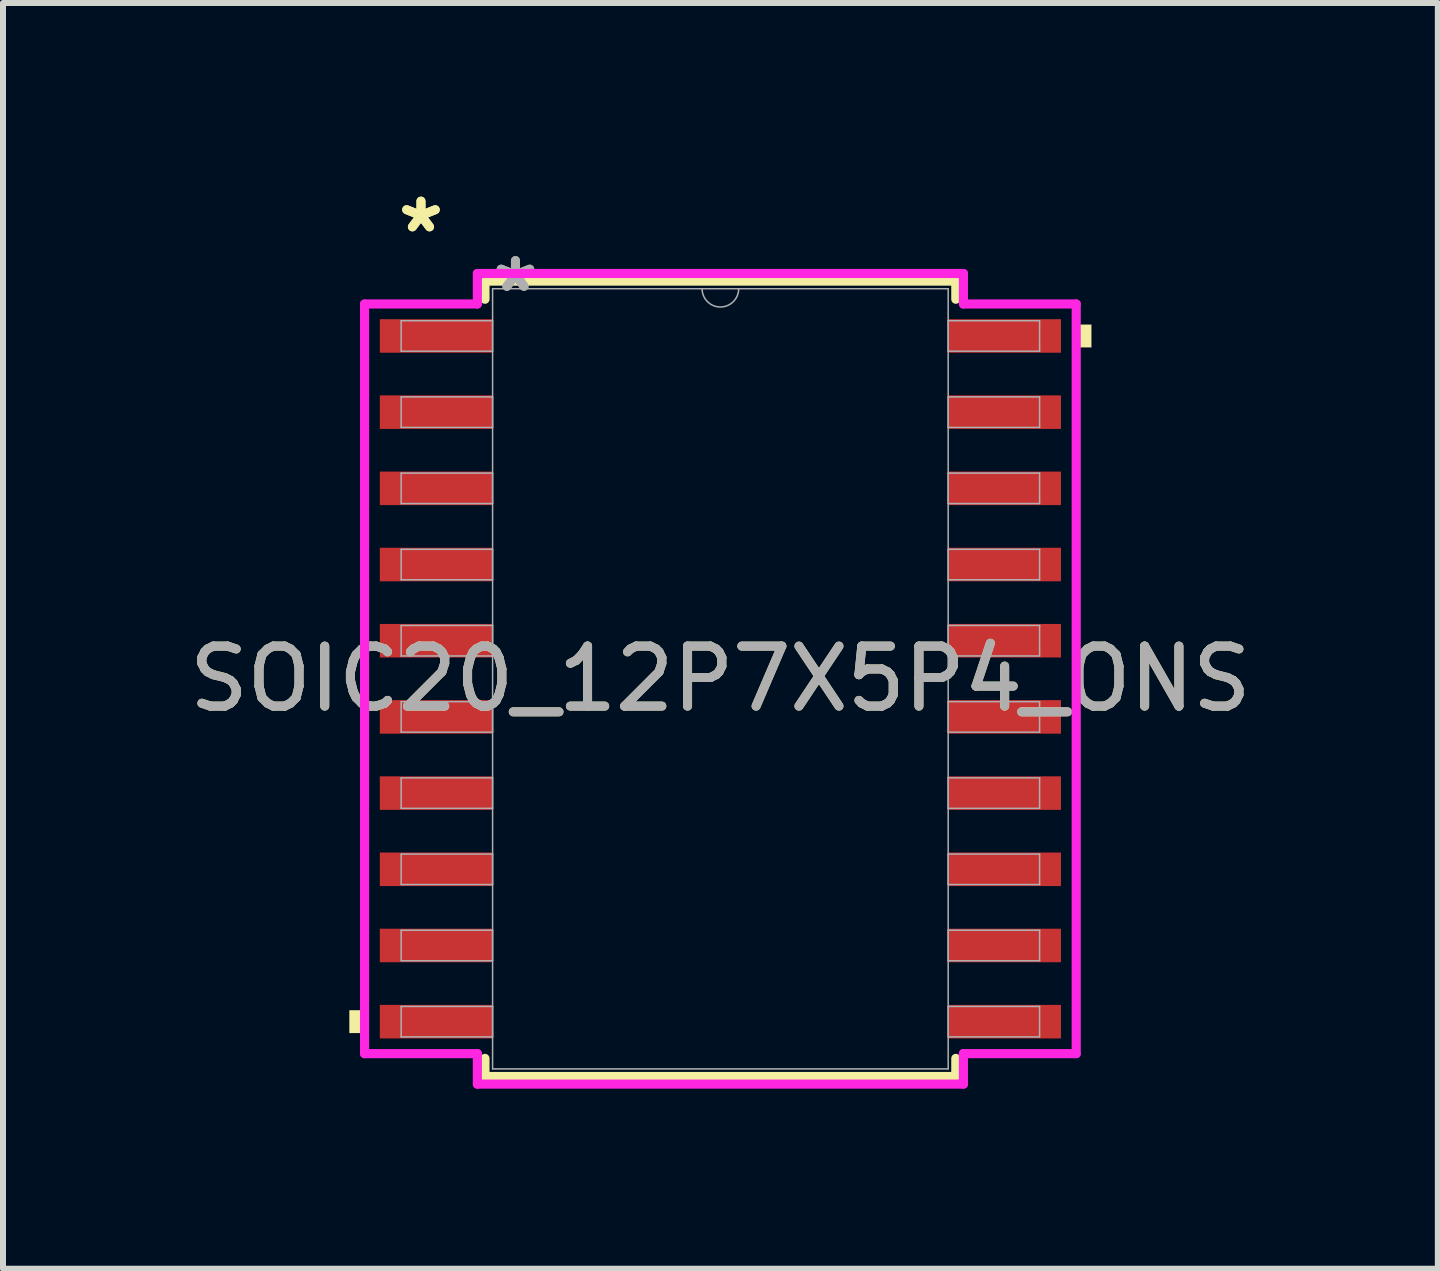
<source format=kicad_pcb>
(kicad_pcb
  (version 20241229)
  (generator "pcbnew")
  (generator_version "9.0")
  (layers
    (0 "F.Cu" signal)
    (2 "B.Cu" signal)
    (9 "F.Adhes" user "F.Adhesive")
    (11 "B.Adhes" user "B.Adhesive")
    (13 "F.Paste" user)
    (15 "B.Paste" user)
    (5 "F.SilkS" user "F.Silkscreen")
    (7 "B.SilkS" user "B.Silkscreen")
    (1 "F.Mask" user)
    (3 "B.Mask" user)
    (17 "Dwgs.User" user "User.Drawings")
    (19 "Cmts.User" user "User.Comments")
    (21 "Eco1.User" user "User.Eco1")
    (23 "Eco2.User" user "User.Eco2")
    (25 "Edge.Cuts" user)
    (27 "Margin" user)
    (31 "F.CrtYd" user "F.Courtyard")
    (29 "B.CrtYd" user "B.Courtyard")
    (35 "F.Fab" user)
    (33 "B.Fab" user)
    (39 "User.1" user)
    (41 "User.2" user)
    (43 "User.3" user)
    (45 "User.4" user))
  (footprint "SOIC20_12P7X5P4_ONS"
    (layer "F.Cu")
    (at 8.958 8.265)
    (property "Reference" "SOIC20_12P7X5P4_ONS" (at 0 0 0) (unlocked yes) (layer "F.SilkS") (effects (font (size 1 1) (thickness 0.15))))
    (attr smd)
    (fp_line (start -3.924 -6.629) (end -3.924 -6.327) (stroke (width 0.152) (type solid)) (layer "F.SilkS"))
    (fp_line (start -3.924 6.327) (end -3.924 6.629) (stroke (width 0.152) (type solid)) (layer "F.SilkS"))
    (fp_line (start -3.924 6.629) (end 3.924 6.629) (stroke (width 0.152) (type solid)) (layer "F.SilkS"))
    (fp_line (start 3.924 -6.629) (end -3.924 -6.629) (stroke (width 0.152) (type solid)) (layer "F.SilkS"))
    (fp_line (start 3.924 -6.327) (end 3.924 -6.629) (stroke (width 0.152) (type solid)) (layer "F.SilkS"))
    (fp_line (start 3.924 6.629) (end 3.924 6.327) (stroke (width 0.152) (type solid)) (layer "F.SilkS"))
    (fp_poly (pts (xy -6.185 5.524) (xy -6.185 5.905) (xy -5.931 5.905) (xy -5.931 5.524)) (stroke (width 0) (type solid)) (fill yes) (layer "F.SilkS"))
    (fp_poly (pts (xy 6.185 -5.905) (xy 6.185 -5.524) (xy 5.931 -5.524) (xy 5.931 -5.905)) (stroke (width 0) (type solid)) (fill yes) (layer "F.SilkS"))
    (fp_line (start -5.931 -6.248) (end -4.051 -6.248) (stroke (width 0.152) (type solid)) (layer "F.CrtYd"))
    (fp_line (start -5.931 6.248) (end -5.931 -6.248) (stroke (width 0.152) (type solid)) (layer "F.CrtYd"))
    (fp_line (start -5.931 6.248) (end -4.051 6.248) (stroke (width 0.152) (type solid)) (layer "F.CrtYd"))
    (fp_line (start -4.051 -6.756) (end 4.051 -6.756) (stroke (width 0.152) (type solid)) (layer "F.CrtYd"))
    (fp_line (start -4.051 -6.248) (end -4.051 -6.756) (stroke (width 0.152) (type solid)) (layer "F.CrtYd"))
    (fp_line (start -4.051 6.756) (end -4.051 6.248) (stroke (width 0.152) (type solid)) (layer "F.CrtYd"))
    (fp_line (start 4.051 -6.756) (end 4.051 -6.248) (stroke (width 0.152) (type solid)) (layer "F.CrtYd"))
    (fp_line (start 4.051 6.248) (end 4.051 6.756) (stroke (width 0.152) (type solid)) (layer "F.CrtYd"))
    (fp_line (start 4.051 6.756) (end -4.051 6.756) (stroke (width 0.152) (type solid)) (layer "F.CrtYd"))
    (fp_line (start 5.931 -6.248) (end 4.051 -6.248) (stroke (width 0.152) (type solid)) (layer "F.CrtYd"))
    (fp_line (start 5.931 -6.248) (end 5.931 6.248) (stroke (width 0.152) (type solid)) (layer "F.CrtYd"))
    (fp_line (start 5.931 6.248) (end 4.051 6.248) (stroke (width 0.152) (type solid)) (layer "F.CrtYd"))
    (fp_line (start -5.321 -5.969) (end -5.321 -5.461) (stroke (width 0.025) (type solid)) (layer "F.Fab"))
    (fp_line (start -5.321 -5.461) (end -3.797 -5.461) (stroke (width 0.025) (type solid)) (layer "F.Fab"))
    (fp_line (start -5.321 -4.699) (end -5.321 -4.191) (stroke (width 0.025) (type solid)) (layer "F.Fab"))
    (fp_line (start -5.321 -4.191) (end -3.797 -4.191) (stroke (width 0.025) (type solid)) (layer "F.Fab"))
    (fp_line (start -5.321 -3.429) (end -5.321 -2.921) (stroke (width 0.025) (type solid)) (layer "F.Fab"))
    (fp_line (start -5.321 -2.921) (end -3.797 -2.921) (stroke (width 0.025) (type solid)) (layer "F.Fab"))
    (fp_line (start -5.321 -2.159) (end -5.321 -1.651) (stroke (width 0.025) (type solid)) (layer "F.Fab"))
    (fp_line (start -5.321 -1.651) (end -3.797 -1.651) (stroke (width 0.025) (type solid)) (layer "F.Fab"))
    (fp_line (start -5.321 -0.889) (end -5.321 -0.381) (stroke (width 0.025) (type solid)) (layer "F.Fab"))
    (fp_line (start -5.321 -0.381) (end -3.797 -0.381) (stroke (width 0.025) (type solid)) (layer "F.Fab"))
    (fp_line (start -5.321 0.381) (end -5.321 0.889) (stroke (width 0.025) (type solid)) (layer "F.Fab"))
    (fp_line (start -5.321 0.889) (end -3.797 0.889) (stroke (width 0.025) (type solid)) (layer "F.Fab"))
    (fp_line (start -5.321 1.651) (end -5.321 2.159) (stroke (width 0.025) (type solid)) (layer "F.Fab"))
    (fp_line (start -5.321 2.159) (end -3.797 2.159) (stroke (width 0.025) (type solid)) (layer "F.Fab"))
    (fp_line (start -5.321 2.921) (end -5.321 3.429) (stroke (width 0.025) (type solid)) (layer "F.Fab"))
    (fp_line (start -5.321 3.429) (end -3.797 3.429) (stroke (width 0.025) (type solid)) (layer "F.Fab"))
    (fp_line (start -5.321 4.191) (end -5.321 4.699) (stroke (width 0.025) (type solid)) (layer "F.Fab"))
    (fp_line (start -5.321 4.699) (end -3.797 4.699) (stroke (width 0.025) (type solid)) (layer "F.Fab"))
    (fp_line (start -5.321 5.461) (end -5.321 5.969) (stroke (width 0.025) (type solid)) (layer "F.Fab"))
    (fp_line (start -5.321 5.969) (end -3.797 5.969) (stroke (width 0.025) (type solid)) (layer "F.Fab"))
    (fp_line (start -3.797 -6.502) (end -3.797 6.502) (stroke (width 0.025) (type solid)) (layer "F.Fab"))
    (fp_line (start -3.797 -5.969) (end -5.321 -5.969) (stroke (width 0.025) (type solid)) (layer "F.Fab"))
    (fp_line (start -3.797 -5.461) (end -3.797 -5.969) (stroke (width 0.025) (type solid)) (layer "F.Fab"))
    (fp_line (start -3.797 -4.699) (end -5.321 -4.699) (stroke (width 0.025) (type solid)) (layer "F.Fab"))
    (fp_line (start -3.797 -4.191) (end -3.797 -4.699) (stroke (width 0.025) (type solid)) (layer "F.Fab"))
    (fp_line (start -3.797 -3.429) (end -5.321 -3.429) (stroke (width 0.025) (type solid)) (layer "F.Fab"))
    (fp_line (start -3.797 -2.921) (end -3.797 -3.429) (stroke (width 0.025) (type solid)) (layer "F.Fab"))
    (fp_line (start -3.797 -2.159) (end -5.321 -2.159) (stroke (width 0.025) (type solid)) (layer "F.Fab"))
    (fp_line (start -3.797 -1.651) (end -3.797 -2.159) (stroke (width 0.025) (type solid)) (layer "F.Fab"))
    (fp_line (start -3.797 -0.889) (end -5.321 -0.889) (stroke (width 0.025) (type solid)) (layer "F.Fab"))
    (fp_line (start -3.797 -0.381) (end -3.797 -0.889) (stroke (width 0.025) (type solid)) (layer "F.Fab"))
    (fp_line (start -3.797 0.381) (end -5.321 0.381) (stroke (width 0.025) (type solid)) (layer "F.Fab"))
    (fp_line (start -3.797 0.889) (end -3.797 0.381) (stroke (width 0.025) (type solid)) (layer "F.Fab"))
    (fp_line (start -3.797 1.651) (end -5.321 1.651) (stroke (width 0.025) (type solid)) (layer "F.Fab"))
    (fp_line (start -3.797 2.159) (end -3.797 1.651) (stroke (width 0.025) (type solid)) (layer "F.Fab"))
    (fp_line (start -3.797 2.921) (end -5.321 2.921) (stroke (width 0.025) (type solid)) (layer "F.Fab"))
    (fp_line (start -3.797 3.429) (end -3.797 2.921) (stroke (width 0.025) (type solid)) (layer "F.Fab"))
    (fp_line (start -3.797 4.191) (end -5.321 4.191) (stroke (width 0.025) (type solid)) (layer "F.Fab"))
    (fp_line (start -3.797 4.699) (end -3.797 4.191) (stroke (width 0.025) (type solid)) (layer "F.Fab"))
    (fp_line (start -3.797 5.461) (end -5.321 5.461) (stroke (width 0.025) (type solid)) (layer "F.Fab"))
    (fp_line (start -3.797 5.969) (end -3.797 5.461) (stroke (width 0.025) (type solid)) (layer "F.Fab"))
    (fp_line (start -3.797 6.502) (end 3.797 6.502) (stroke (width 0.025) (type solid)) (layer "F.Fab"))
    (fp_line (start 3.797 -6.502) (end -3.797 -6.502) (stroke (width 0.025) (type solid)) (layer "F.Fab"))
    (fp_line (start 3.797 -5.969) (end 3.797 -5.461) (stroke (width 0.025) (type solid)) (layer "F.Fab"))
    (fp_line (start 3.797 -5.461) (end 5.321 -5.461) (stroke (width 0.025) (type solid)) (layer "F.Fab"))
    (fp_line (start 3.797 -4.699) (end 3.797 -4.191) (stroke (width 0.025) (type solid)) (layer "F.Fab"))
    (fp_line (start 3.797 -4.191) (end 5.321 -4.191) (stroke (width 0.025) (type solid)) (layer "F.Fab"))
    (fp_line (start 3.797 -3.429) (end 3.797 -2.921) (stroke (width 0.025) (type solid)) (layer "F.Fab"))
    (fp_line (start 3.797 -2.921) (end 5.321 -2.921) (stroke (width 0.025) (type solid)) (layer "F.Fab"))
    (fp_line (start 3.797 -2.159) (end 3.797 -1.651) (stroke (width 0.025) (type solid)) (layer "F.Fab"))
    (fp_line (start 3.797 -1.651) (end 5.321 -1.651) (stroke (width 0.025) (type solid)) (layer "F.Fab"))
    (fp_line (start 3.797 -0.889) (end 3.797 -0.381) (stroke (width 0.025) (type solid)) (layer "F.Fab"))
    (fp_line (start 3.797 -0.381) (end 5.321 -0.381) (stroke (width 0.025) (type solid)) (layer "F.Fab"))
    (fp_line (start 3.797 0.381) (end 3.797 0.889) (stroke (width 0.025) (type solid)) (layer "F.Fab"))
    (fp_line (start 3.797 0.889) (end 5.321 0.889) (stroke (width 0.025) (type solid)) (layer "F.Fab"))
    (fp_line (start 3.797 1.651) (end 3.797 2.159) (stroke (width 0.025) (type solid)) (layer "F.Fab"))
    (fp_line (start 3.797 2.159) (end 5.321 2.159) (stroke (width 0.025) (type solid)) (layer "F.Fab"))
    (fp_line (start 3.797 2.921) (end 3.797 3.429) (stroke (width 0.025) (type solid)) (layer "F.Fab"))
    (fp_line (start 3.797 3.429) (end 5.321 3.429) (stroke (width 0.025) (type solid)) (layer "F.Fab"))
    (fp_line (start 3.797 4.191) (end 3.797 4.699) (stroke (width 0.025) (type solid)) (layer "F.Fab"))
    (fp_line (start 3.797 4.699) (end 5.321 4.699) (stroke (width 0.025) (type solid)) (layer "F.Fab"))
    (fp_line (start 3.797 5.461) (end 3.797 5.969) (stroke (width 0.025) (type solid)) (layer "F.Fab"))
    (fp_line (start 3.797 5.969) (end 5.321 5.969) (stroke (width 0.025) (type solid)) (layer "F.Fab"))
    (fp_line (start 3.797 6.502) (end 3.797 -6.502) (stroke (width 0.025) (type solid)) (layer "F.Fab"))
    (fp_line (start 5.321 -5.969) (end 3.797 -5.969) (stroke (width 0.025) (type solid)) (layer "F.Fab"))
    (fp_line (start 5.321 -5.461) (end 5.321 -5.969) (stroke (width 0.025) (type solid)) (layer "F.Fab"))
    (fp_line (start 5.321 -4.699) (end 3.797 -4.699) (stroke (width 0.025) (type solid)) (layer "F.Fab"))
    (fp_line (start 5.321 -4.191) (end 5.321 -4.699) (stroke (width 0.025) (type solid)) (layer "F.Fab"))
    (fp_line (start 5.321 -3.429) (end 3.797 -3.429) (stroke (width 0.025) (type solid)) (layer "F.Fab"))
    (fp_line (start 5.321 -2.921) (end 5.321 -3.429) (stroke (width 0.025) (type solid)) (layer "F.Fab"))
    (fp_line (start 5.321 -2.159) (end 3.797 -2.159) (stroke (width 0.025) (type solid)) (layer "F.Fab"))
    (fp_line (start 5.321 -1.651) (end 5.321 -2.159) (stroke (width 0.025) (type solid)) (layer "F.Fab"))
    (fp_line (start 5.321 -0.889) (end 3.797 -0.889) (stroke (width 0.025) (type solid)) (layer "F.Fab"))
    (fp_line (start 5.321 -0.381) (end 5.321 -0.889) (stroke (width 0.025) (type solid)) (layer "F.Fab"))
    (fp_line (start 5.321 0.381) (end 3.797 0.381) (stroke (width 0.025) (type solid)) (layer "F.Fab"))
    (fp_line (start 5.321 0.889) (end 5.321 0.381) (stroke (width 0.025) (type solid)) (layer "F.Fab"))
    (fp_line (start 5.321 1.651) (end 3.797 1.651) (stroke (width 0.025) (type solid)) (layer "F.Fab"))
    (fp_line (start 5.321 2.159) (end 5.321 1.651) (stroke (width 0.025) (type solid)) (layer "F.Fab"))
    (fp_line (start 5.321 2.921) (end 3.797 2.921) (stroke (width 0.025) (type solid)) (layer "F.Fab"))
    (fp_line (start 5.321 3.429) (end 5.321 2.921) (stroke (width 0.025) (type solid)) (layer "F.Fab"))
    (fp_line (start 5.321 4.191) (end 3.797 4.191) (stroke (width 0.025) (type solid)) (layer "F.Fab"))
    (fp_line (start 5.321 4.699) (end 5.321 4.191) (stroke (width 0.025) (type solid)) (layer "F.Fab"))
    (fp_line (start 5.321 5.461) (end 3.797 5.461) (stroke (width 0.025) (type solid)) (layer "F.Fab"))
    (fp_line (start 5.321 5.969) (end 5.321 5.461) (stroke (width 0.025) (type solid)) (layer "F.Fab"))
    (fp_arc (start 0.3048 -6.5024) (mid 0 -6.1976) (end -0.3048 -6.5024) (stroke (width 0.0254) (type solid)) (layer "F.Fab"))
    (fp_text user "*" (at -4.991 -7.417 0) (unlocked yes) (layer "F.SilkS") (effects (font (size 1 1) (thickness 0.15))))
    (fp_text user "*" (at -4.991 -7.417 0) (layer "F.SilkS") (effects (font (size 1 1) (thickness 0.15))))
    (fp_text user "*" (at -3.416 -6.426 0) (unlocked yes) (layer "F.Fab") (effects (font (size 1 1) (thickness 0.15))))
    (fp_text user "${REFERENCE}" (at 0 0 0) (unlocked yes) (layer "F.Fab") (effects (font (size 1 1) (thickness 0.15))))
    (fp_text user "*" (at -3.416 -6.426 0) (layer "F.Fab") (effects (font (size 1 1) (thickness 0.15))))
    (pad "1" smd rect (at -4.737 -5.715) (size 1.88 0.559) (layers "F.Cu" "F.Mask" "F.Paste"))
    (pad "2" smd rect (at -4.737 -4.445) (size 1.88 0.559) (layers "F.Cu" "F.Mask" "F.Paste"))
    (pad "3" smd rect (at -4.737 -3.175) (size 1.88 0.559) (layers "F.Cu" "F.Mask" "F.Paste"))
    (pad "4" smd rect (at -4.737 -1.905) (size 1.88 0.559) (layers "F.Cu" "F.Mask" "F.Paste"))
    (pad "5" smd rect (at -4.737 -0.635) (size 1.88 0.559) (layers "F.Cu" "F.Mask" "F.Paste"))
    (pad "6" smd rect (at -4.737 0.635) (size 1.88 0.559) (layers "F.Cu" "F.Mask" "F.Paste"))
    (pad "7" smd rect (at -4.737 1.905) (size 1.88 0.559) (layers "F.Cu" "F.Mask" "F.Paste"))
    (pad "8" smd rect (at -4.737 3.175) (size 1.88 0.559) (layers "F.Cu" "F.Mask" "F.Paste"))
    (pad "9" smd rect (at -4.737 4.445) (size 1.88 0.559) (layers "F.Cu" "F.Mask" "F.Paste"))
    (pad "10" smd rect (at -4.737 5.715) (size 1.88 0.559) (layers "F.Cu" "F.Mask" "F.Paste"))
    (pad "11" smd rect (at 4.737 5.715) (size 1.88 0.559) (layers "F.Cu" "F.Mask" "F.Paste"))
    (pad "12" smd rect (at 4.737 4.445) (size 1.88 0.559) (layers "F.Cu" "F.Mask" "F.Paste"))
    (pad "13" smd rect (at 4.737 3.175) (size 1.88 0.559) (layers "F.Cu" "F.Mask" "F.Paste"))
    (pad "14" smd rect (at 4.737 1.905) (size 1.88 0.559) (layers "F.Cu" "F.Mask" "F.Paste"))
    (pad "15" smd rect (at 4.737 0.635) (size 1.88 0.559) (layers "F.Cu" "F.Mask" "F.Paste"))
    (pad "16" smd rect (at 4.737 -0.635) (size 1.88 0.559) (layers "F.Cu" "F.Mask" "F.Paste"))
    (pad "17" smd rect (at 4.737 -1.905) (size 1.88 0.559) (layers "F.Cu" "F.Mask" "F.Paste"))
    (pad "18" smd rect (at 4.737 -3.175) (size 1.88 0.559) (layers "F.Cu" "F.Mask" "F.Paste"))
    (pad "19" smd rect (at 4.737 -4.445) (size 1.88 0.559) (layers "F.Cu" "F.Mask" "F.Paste"))
    (pad "20" smd rect (at 4.737 -5.715) (size 1.88 0.559) (layers "F.Cu" "F.Mask" "F.Paste")))
  (gr_rect
    (start -3 -3)
    (end 20.917 18.098)
    (stroke (width 0.1) (type default))
    (fill no)
    (layer "Edge.Cuts")))
</source>
